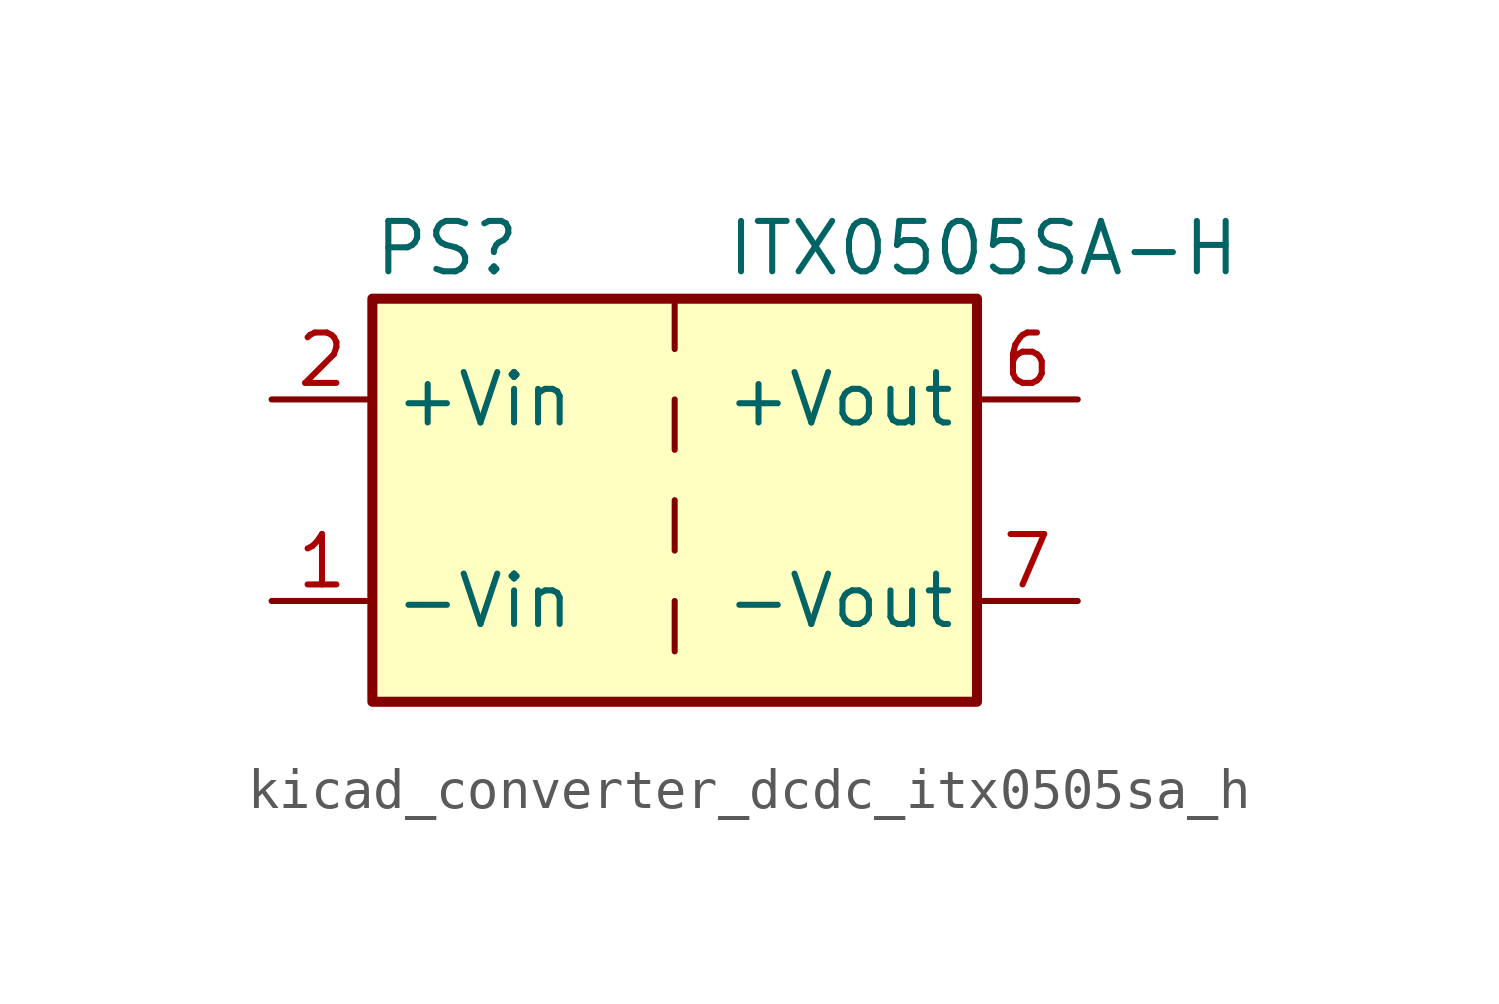
<source format=kicad_sym>
(kicad_symbol_lib
  (version 20220914)
  (generator kicad_symbol_editor)
  (symbol "kicad_converter_dcdc_itx0505sa_h"
    (property "Reference" "PS"
      (at -7.62 6.35 0)
      (effects (font (size 1.27 1.27)) (justify left)))
    (property "Value" "ITX0505SA-H"
      (at 1.27 6.35 0)
      (effects (font (size 1.27 1.27)) (justify left)))
    (symbol "kicad_converter_dcdc_itx0505sa_h_0_0"
      (pin power_in line (at -10.16 -2.54 0) (length 2.54) (name "-Vin" (effects (font (size 1.27 1.27)))) (number "1" (effects (font (size 1.27 1.27)))))
      (pin power_in line (at -10.16 2.54 0) (length 2.54) (name "+Vin" (effects (font (size 1.27 1.27)))) (number "2" (effects (font (size 1.27 1.27)))))
      (pin power_out line (at 10.16 2.54 180) (length 2.54) (name "+Vout" (effects (font (size 1.27 1.27)))) (number "6" (effects (font (size 1.27 1.27)))))
      (pin power_out line (at 10.16 -2.54 180) (length 2.54) (name "-Vout" (effects (font (size 1.27 1.27)))) (number "7" (effects (font (size 1.27 1.27)))))
      (pin no_connect line (at 7.62 0 180) (length 2.54) hide (name "NC" (effects (font (size 1.27 1.27)))) (number "8" (effects (font (size 1.27 1.27))))))
    (symbol "kicad_converter_dcdc_itx0505sa_h_0_1"
      (rectangle (start -7.62 5.08) (end 7.62 -5.08) (stroke (width 0.254) (type default)) (fill (type background)))
      (polyline (pts (xy 0 -2.54) (xy 0 -3.81)) (stroke (width 0) (type default)) (fill (type none)))
      (polyline (pts (xy 0 0) (xy 0 -1.27)) (stroke (width 0) (type default)) (fill (type none)))
      (polyline (pts (xy 0 2.54) (xy 0 1.27)) (stroke (width 0) (type default)) (fill (type none)))
      (polyline (pts (xy 0 5.08) (xy 0 3.81)) (stroke (width 0) (type default)) (fill (type none))))))
</source>
